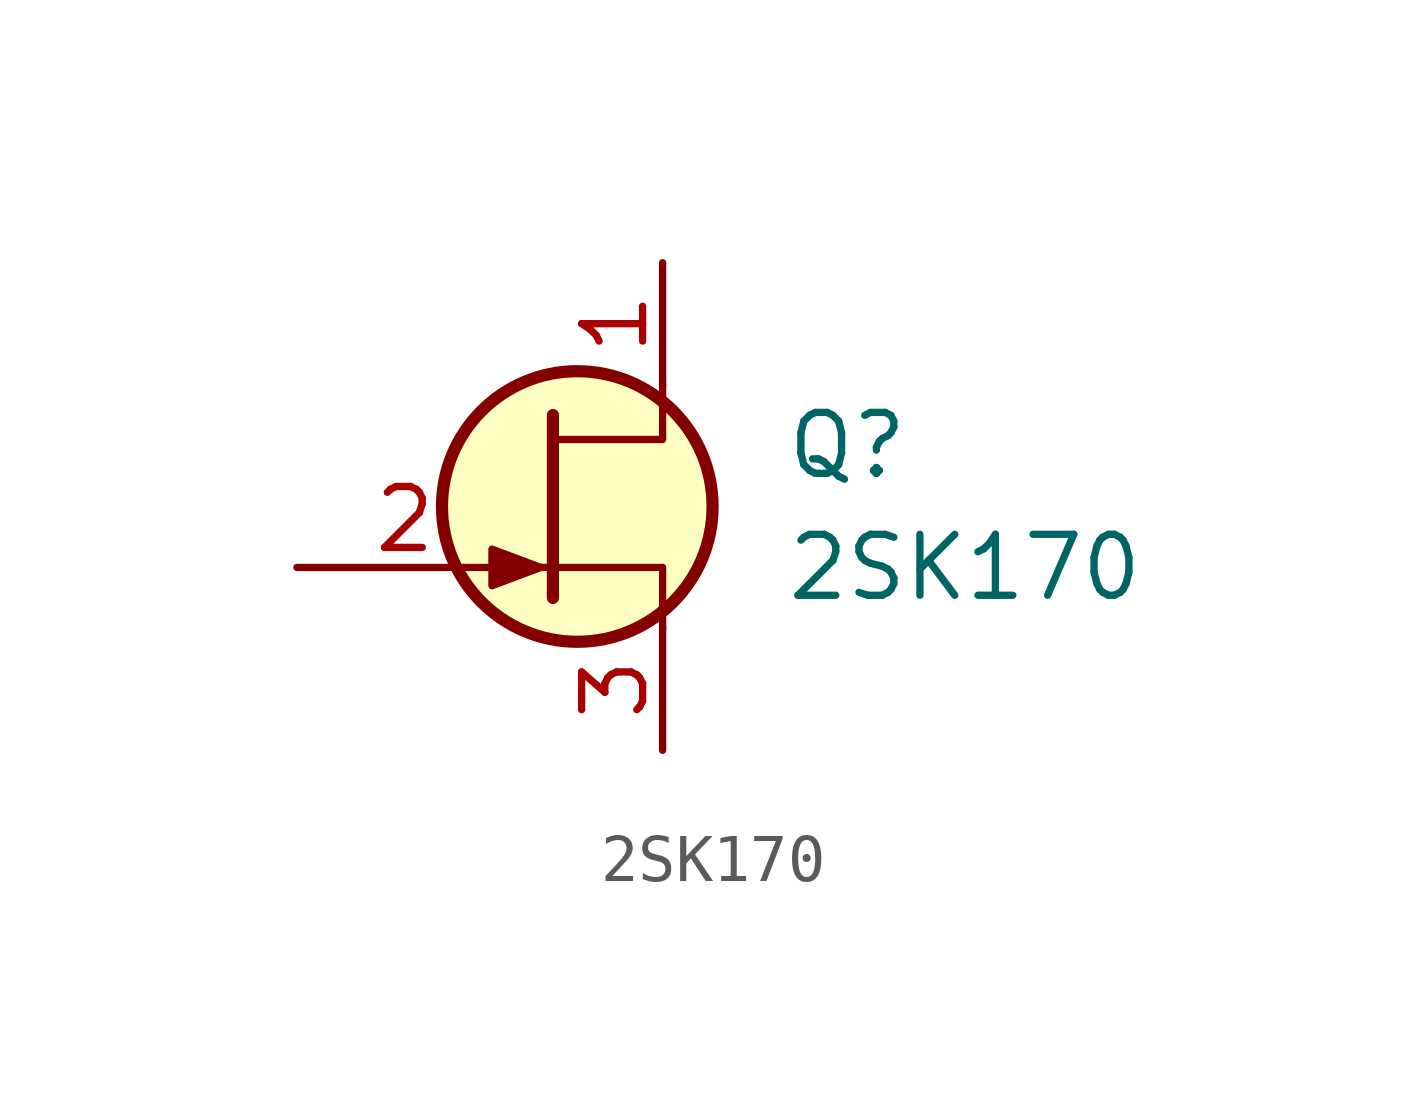
<source format=kicad_sym>
(kicad_symbol_lib
  (version 20231120)
  (generator "kicad_symbol_editor")
  (generator_version "8.0")
  (symbol "2SK170"
    (pin_names hide)
    (property "Reference" "Q"
      (at 5.08 1.27 0)
      (effects (font (size 1.27 1.27)) (justify left)))
    (property "Value" "2SK170"
      (at 5.08 -1.27 0)
      (effects (font (size 1.27 1.27)) (justify left)))
    (symbol "2SK170_0_1"
      (polyline (pts (xy 0 -1.27) (xy 0.254 -1.27)) (stroke (width 0) (type default)) (fill (type none)))
      (polyline (pts (xy 0.254 1.905) (xy 0.254 -1.905) (xy 0.254 -1.905)) (stroke (width 0.254) (type default)) (fill (type none)))
      (polyline (pts (xy 2.54 -2.54) (xy 2.54 -1.27) (xy 0.254 -1.27)) (stroke (width 0) (type default)) (fill (type none)))
      (polyline (pts (xy 2.54 2.54) (xy 2.54 1.397) (xy 0.254 1.397)) (stroke (width 0) (type default)) (fill (type none)))
      (polyline (pts (xy 0 -1.27) (xy -1.016 -0.889) (xy -1.016 -1.651) (xy 0 -1.27)) (stroke (width 0) (type default)) (fill (type outline)))
      (circle (center 0.762 0) (radius 2.819) (stroke (width 0.254) (type default)) (fill (type background))))
    (symbol "2SK170_1_1"
      (pin passive line (at 2.54 5.08 270) (length 2.54) (name "D" (effects (font (size 1.27 1.27)))) (number "1" (effects (font (size 1.27 1.27)))))
      (pin input line (at -5.08 -1.27 0) (length 4.496) (name "G" (effects (font (size 1.27 1.27)))) (number "2" (effects (font (size 1.27 1.27)))))
      (pin passive line (at 2.54 -5.08 90) (length 2.54) (name "S" (effects (font (size 1.27 1.27)))) (number "3" (effects (font (size 1.27 1.27))))))))
</source>
